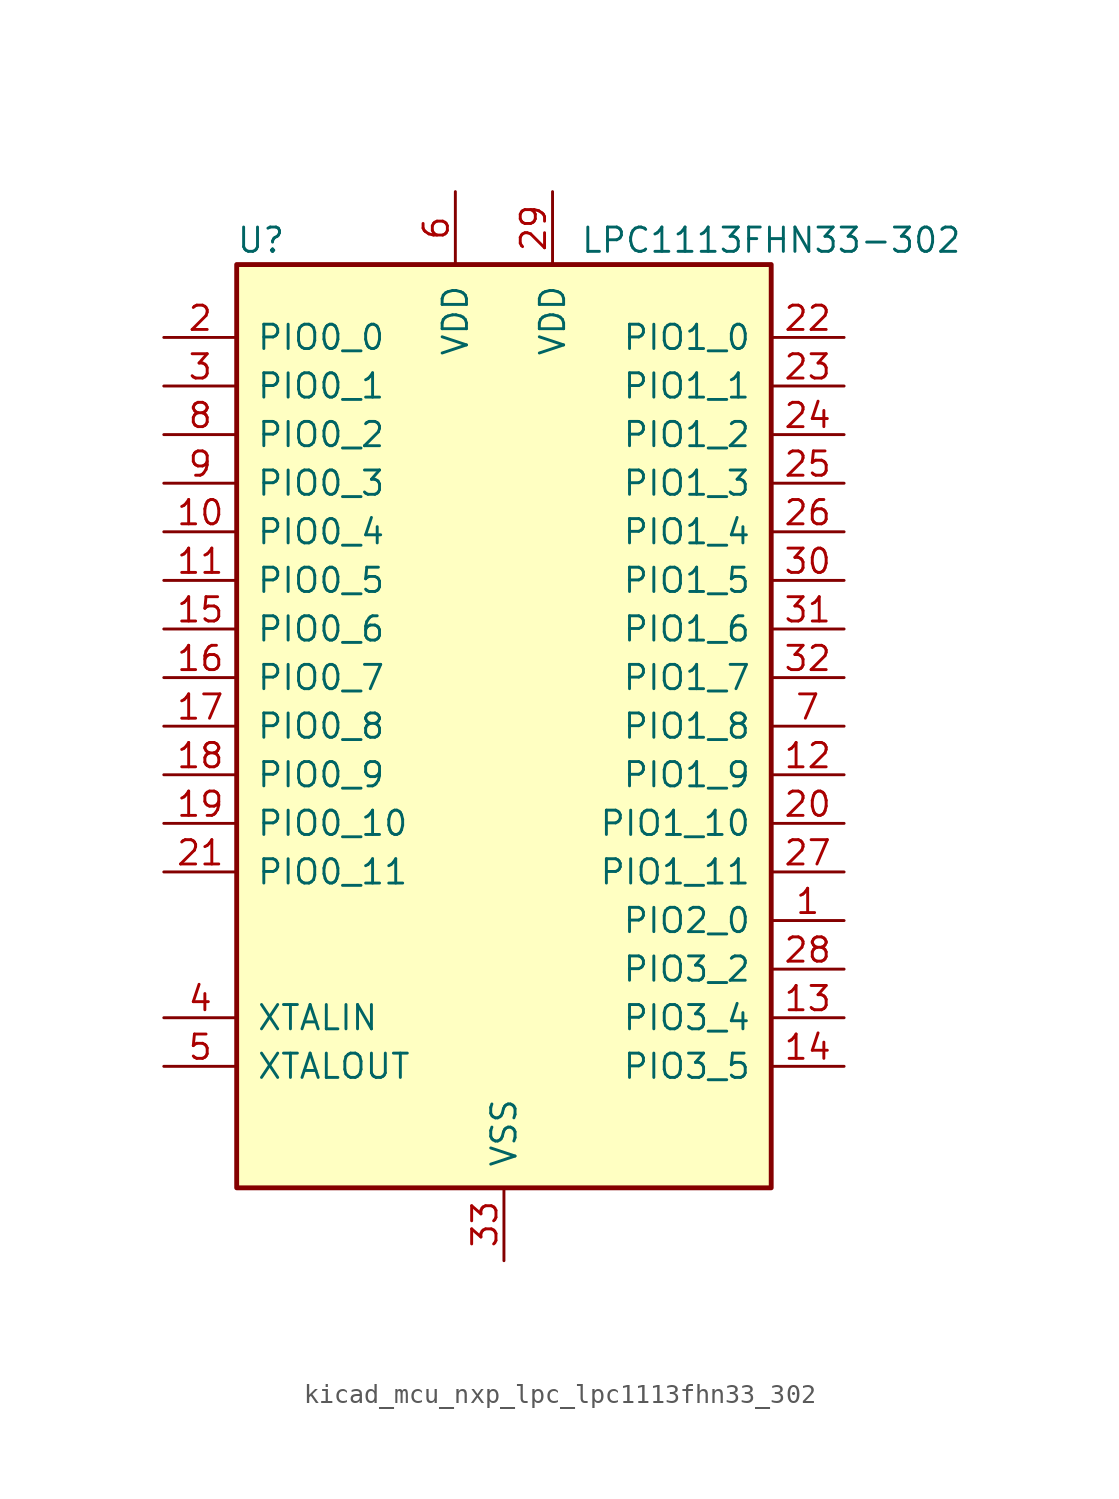
<source format=kicad_sym>
(kicad_symbol_lib
  (version 20220914)
  (generator kicad_symbol_editor)
  (symbol "kicad_mcu_nxp_lpc_lpc1113fhn33_302"
    (pin_names
      (offset 1.016))
    (property "Reference" "U"
      (at -12.7 25.4 0)
      (effects (font (size 1.27 1.27))))
    (property "Value" "LPC1113FHN33-302"
      (at 13.97 25.4 0)
      (effects (font (size 1.27 1.27))))
    (symbol "kicad_mcu_nxp_lpc_lpc1113fhn33_302_0_1"
      (rectangle (start -13.97 24.13) (end 13.97 -24.13) (stroke (width 0.254) (type default)) (fill (type background))))
    (symbol "kicad_mcu_nxp_lpc_lpc1113fhn33_302_1_1"
      (pin bidirectional line (at 17.78 -10.16 180) (length 3.81) (name "PIO2_0" (effects (font (size 1.27 1.27)))) (number "1" (effects (font (size 1.27 1.27)))))
      (pin bidirectional line (at -17.78 10.16 0) (length 3.81) (name "PIO0_4" (effects (font (size 1.27 1.27)))) (number "10" (effects (font (size 1.27 1.27)))))
      (pin bidirectional line (at -17.78 7.62 0) (length 3.81) (name "PIO0_5" (effects (font (size 1.27 1.27)))) (number "11" (effects (font (size 1.27 1.27)))))
      (pin bidirectional line (at 17.78 -2.54 180) (length 3.81) (name "PIO1_9" (effects (font (size 1.27 1.27)))) (number "12" (effects (font (size 1.27 1.27)))))
      (pin bidirectional line (at 17.78 -15.24 180) (length 3.81) (name "PIO3_4" (effects (font (size 1.27 1.27)))) (number "13" (effects (font (size 1.27 1.27)))))
      (pin bidirectional line (at 17.78 -17.78 180) (length 3.81) (name "PIO3_5" (effects (font (size 1.27 1.27)))) (number "14" (effects (font (size 1.27 1.27)))))
      (pin bidirectional line (at -17.78 5.08 0) (length 3.81) (name "PIO0_6" (effects (font (size 1.27 1.27)))) (number "15" (effects (font (size 1.27 1.27)))))
      (pin bidirectional line (at -17.78 2.54 0) (length 3.81) (name "PIO0_7" (effects (font (size 1.27 1.27)))) (number "16" (effects (font (size 1.27 1.27)))))
      (pin bidirectional line (at -17.78 0 0) (length 3.81) (name "PIO0_8" (effects (font (size 1.27 1.27)))) (number "17" (effects (font (size 1.27 1.27)))))
      (pin bidirectional line (at -17.78 -2.54 0) (length 3.81) (name "PIO0_9" (effects (font (size 1.27 1.27)))) (number "18" (effects (font (size 1.27 1.27)))))
      (pin bidirectional line (at -17.78 -5.08 0) (length 3.81) (name "PIO0_10" (effects (font (size 1.27 1.27)))) (number "19" (effects (font (size 1.27 1.27)))))
      (pin bidirectional line (at -17.78 20.32 0) (length 3.81) (name "PIO0_0" (effects (font (size 1.27 1.27)))) (number "2" (effects (font (size 1.27 1.27)))))
      (pin bidirectional line (at 17.78 -5.08 180) (length 3.81) (name "PIO1_10" (effects (font (size 1.27 1.27)))) (number "20" (effects (font (size 1.27 1.27)))))
      (pin bidirectional line (at -17.78 -7.62 0) (length 3.81) (name "PIO0_11" (effects (font (size 1.27 1.27)))) (number "21" (effects (font (size 1.27 1.27)))))
      (pin bidirectional line (at 17.78 20.32 180) (length 3.81) (name "PIO1_0" (effects (font (size 1.27 1.27)))) (number "22" (effects (font (size 1.27 1.27)))))
      (pin bidirectional line (at 17.78 17.78 180) (length 3.81) (name "PIO1_1" (effects (font (size 1.27 1.27)))) (number "23" (effects (font (size 1.27 1.27)))))
      (pin bidirectional line (at 17.78 15.24 180) (length 3.81) (name "PIO1_2" (effects (font (size 1.27 1.27)))) (number "24" (effects (font (size 1.27 1.27)))))
      (pin bidirectional line (at 17.78 12.7 180) (length 3.81) (name "PIO1_3" (effects (font (size 1.27 1.27)))) (number "25" (effects (font (size 1.27 1.27)))))
      (pin bidirectional line (at 17.78 10.16 180) (length 3.81) (name "PIO1_4" (effects (font (size 1.27 1.27)))) (number "26" (effects (font (size 1.27 1.27)))))
      (pin bidirectional line (at 17.78 -7.62 180) (length 3.81) (name "PIO1_11" (effects (font (size 1.27 1.27)))) (number "27" (effects (font (size 1.27 1.27)))))
      (pin bidirectional line (at 17.78 -12.7 180) (length 3.81) (name "PIO3_2" (effects (font (size 1.27 1.27)))) (number "28" (effects (font (size 1.27 1.27)))))
      (pin power_in line (at 2.54 27.94 270) (length 3.81) (name "VDD" (effects (font (size 1.27 1.27)))) (number "29" (effects (font (size 1.27 1.27)))))
      (pin bidirectional line (at -17.78 17.78 0) (length 3.81) (name "PIO0_1" (effects (font (size 1.27 1.27)))) (number "3" (effects (font (size 1.27 1.27)))))
      (pin bidirectional line (at 17.78 7.62 180) (length 3.81) (name "PIO1_5" (effects (font (size 1.27 1.27)))) (number "30" (effects (font (size 1.27 1.27)))))
      (pin bidirectional line (at 17.78 5.08 180) (length 3.81) (name "PIO1_6" (effects (font (size 1.27 1.27)))) (number "31" (effects (font (size 1.27 1.27)))))
      (pin bidirectional line (at 17.78 2.54 180) (length 3.81) (name "PIO1_7" (effects (font (size 1.27 1.27)))) (number "32" (effects (font (size 1.27 1.27)))))
      (pin power_in line (at 0 -27.94 90) (length 3.81) (name "VSS" (effects (font (size 1.27 1.27)))) (number "33" (effects (font (size 1.27 1.27)))))
      (pin input line (at -17.78 -15.24 0) (length 3.81) (name "XTALIN" (effects (font (size 1.27 1.27)))) (number "4" (effects (font (size 1.27 1.27)))))
      (pin output line (at -17.78 -17.78 0) (length 3.81) (name "XTALOUT" (effects (font (size 1.27 1.27)))) (number "5" (effects (font (size 1.27 1.27)))))
      (pin power_in line (at -2.54 27.94 270) (length 3.81) (name "VDD" (effects (font (size 1.27 1.27)))) (number "6" (effects (font (size 1.27 1.27)))))
      (pin bidirectional line (at 17.78 0 180) (length 3.81) (name "PIO1_8" (effects (font (size 1.27 1.27)))) (number "7" (effects (font (size 1.27 1.27)))))
      (pin bidirectional line (at -17.78 15.24 0) (length 3.81) (name "PIO0_2" (effects (font (size 1.27 1.27)))) (number "8" (effects (font (size 1.27 1.27)))))
      (pin bidirectional line (at -17.78 12.7 0) (length 3.81) (name "PIO0_3" (effects (font (size 1.27 1.27)))) (number "9" (effects (font (size 1.27 1.27))))))))
</source>
